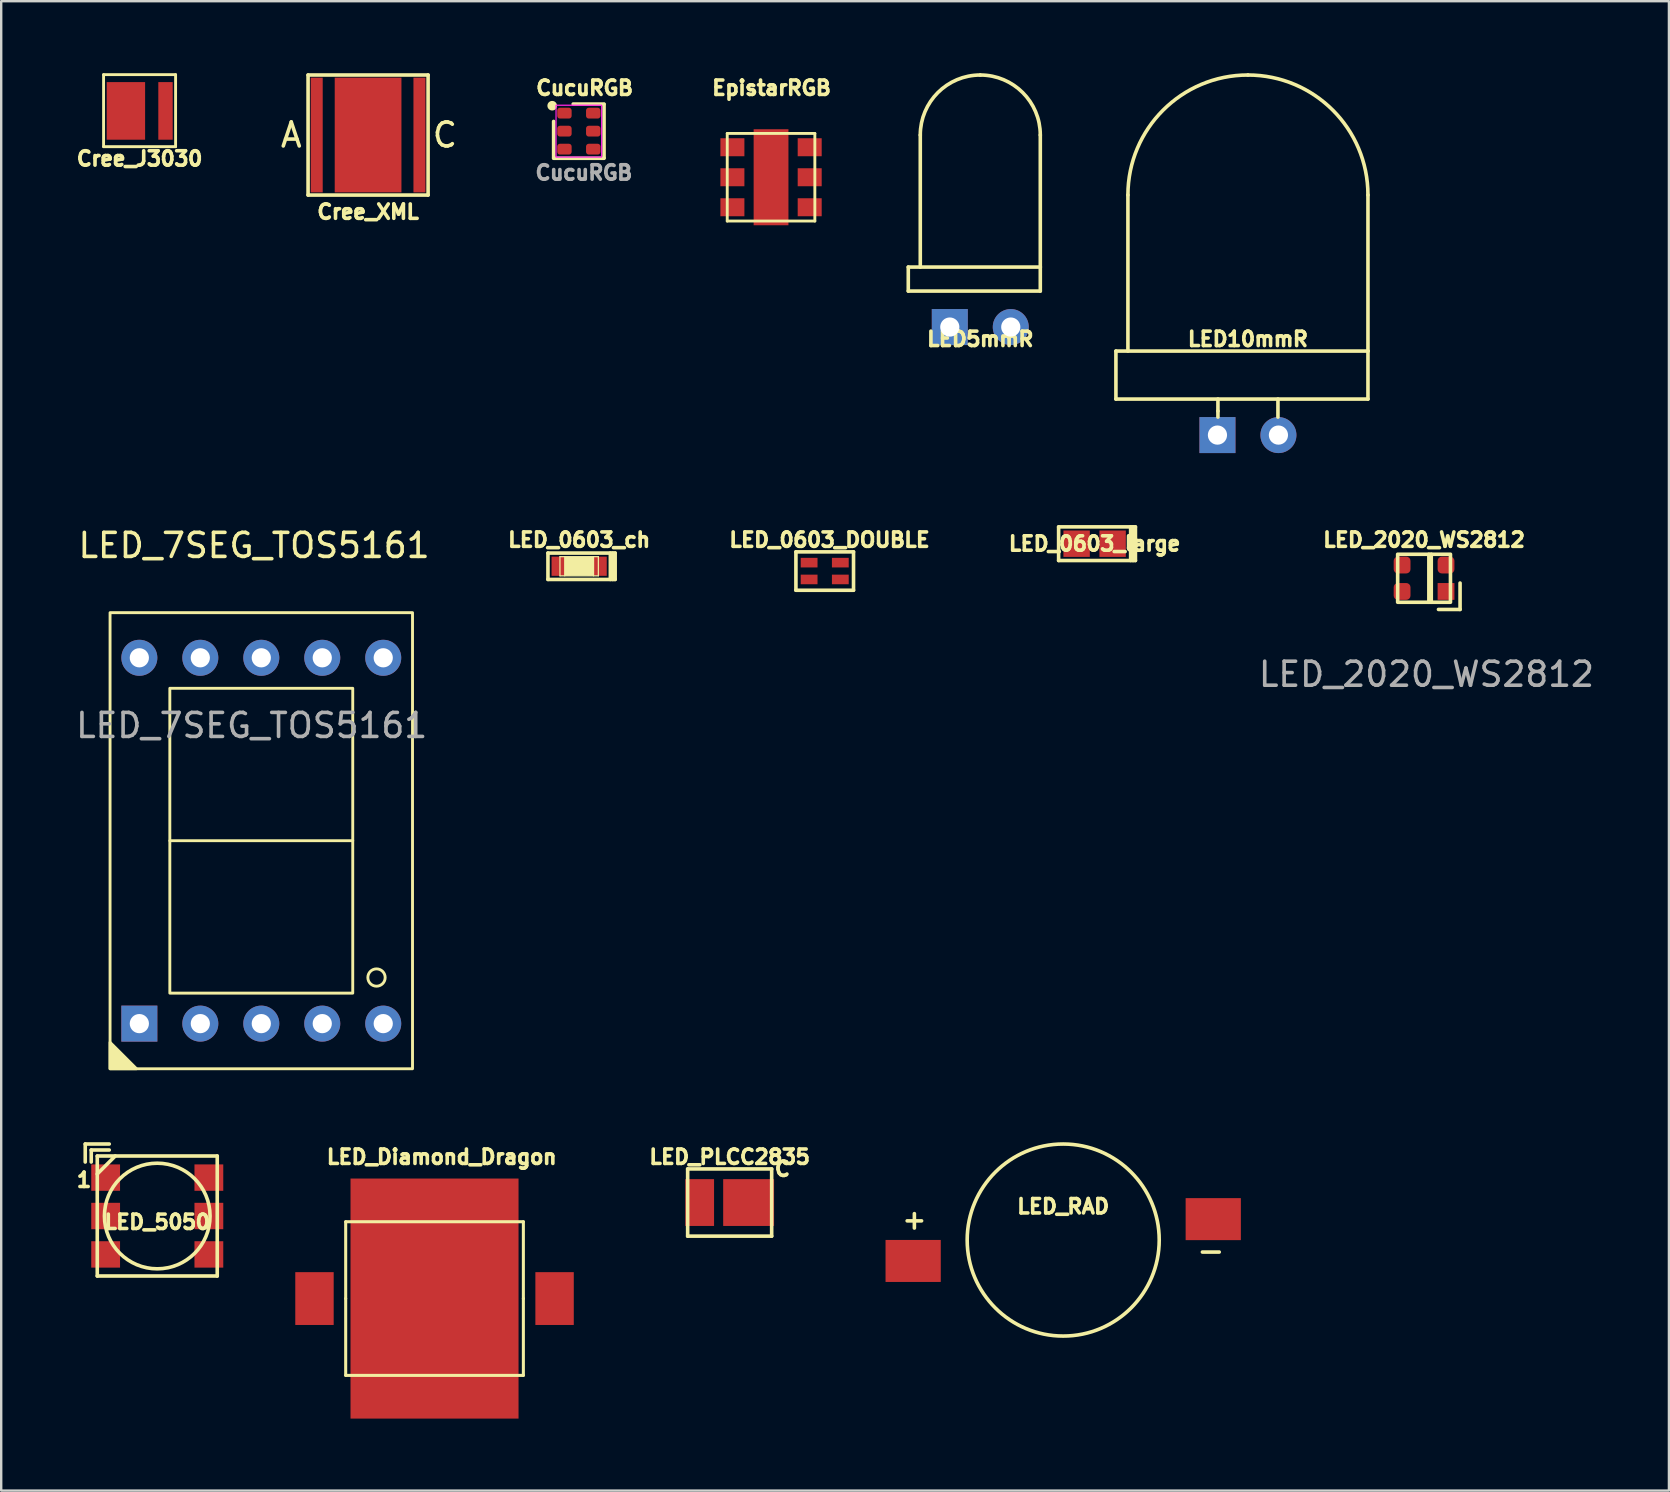
<source format=kicad_pcb>
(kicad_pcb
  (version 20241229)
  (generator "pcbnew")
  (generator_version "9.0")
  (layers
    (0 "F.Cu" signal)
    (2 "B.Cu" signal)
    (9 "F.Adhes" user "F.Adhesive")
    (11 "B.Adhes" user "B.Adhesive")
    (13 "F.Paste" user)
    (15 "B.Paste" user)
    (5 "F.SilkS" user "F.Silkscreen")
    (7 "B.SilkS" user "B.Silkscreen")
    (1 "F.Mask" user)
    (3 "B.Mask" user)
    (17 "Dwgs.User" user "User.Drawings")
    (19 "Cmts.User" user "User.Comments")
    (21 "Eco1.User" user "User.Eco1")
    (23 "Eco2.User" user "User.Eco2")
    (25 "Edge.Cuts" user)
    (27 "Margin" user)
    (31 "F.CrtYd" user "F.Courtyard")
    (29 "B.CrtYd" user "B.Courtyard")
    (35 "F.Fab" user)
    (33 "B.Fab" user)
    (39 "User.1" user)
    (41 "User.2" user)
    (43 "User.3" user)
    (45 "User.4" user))
  (footprint "LED_2020_WS2812"
    (layer "F.Cu")
    (at 56.275 21.039)
    (property "Reference" "LED_2020_WS2812" (at 0 -1.6 0) (unlocked yes) (layer "F.SilkS") (effects (font (size 0.6 0.6) (thickness 0.15))))
    (attr smd)
    (fp_line (start 0.2 -1) (end 0.2 1) (stroke (width 0.15) (type solid)) (layer "F.SilkS"))
    (fp_line (start 0.3 -1) (end 0.3 1) (stroke (width 0.15) (type solid)) (layer "F.SilkS"))
    (fp_line (start 1.5 0.2) (end 1.5 1.3) (stroke (width 0.15) (type solid)) (layer "F.SilkS"))
    (fp_line (start 1.5 1.3) (end 0.6 1.3) (stroke (width 0.15) (type solid)) (layer "F.SilkS"))
    (fp_rect (start -1.1 -1) (end 1.1 1) (stroke (width 0.15) (type solid)) (fill no) (layer "F.SilkS"))
    (fp_text user "${REFERENCE}" (at 0.1 4 0) (unlocked yes) (layer "F.Fab") (effects (font (size 1 1) (thickness 0.15))))
    (pad "1" smd rect (at 0.915 0.55) (size 0.7 0.7) (layers "F.Cu" "F.Mask" "F.Paste"))
    (pad "2" smd roundrect (at 0.915 -0.55) (size 0.7 0.7) (layers "F.Cu" "F.Mask" "F.Paste") (roundrect_rratio 0.25))
    (pad "3" smd roundrect (at -0.915 -0.55) (size 0.7 0.7) (layers "F.Cu" "F.Mask" "F.Paste") (roundrect_rratio 0.25))
    (pad "4" smd roundrect (at -0.915 0.55) (size 0.7 0.7) (layers "F.Cu" "F.Mask" "F.Paste") (roundrect_rratio 0.25)))
  (footprint "LED10mmR"
    (layer "F.Cu")
    (at 48.938 15.075)
    (property "Reference" "LED10mmR" (at 0 -4 0) (layer "F.SilkS") (effects (font (size 0.6 0.6) (thickness 0.15))))
    (attr through_hole)
    (fp_line (start -5.5 -3.5) (end -5.5 -1.5) (stroke (width 0.15) (type solid)) (layer "F.SilkS"))
    (fp_line (start -5.5 -1.5) (end 5 -1.5) (stroke (width 0.15) (type solid)) (layer "F.SilkS"))
    (fp_line (start -5 -3.5) (end -5 -10) (stroke (width 0.15) (type solid)) (layer "F.SilkS"))
    (fp_line (start -1.25 -1.5) (end -1.25 -1) (stroke (width 0.15) (type solid)) (layer "F.SilkS"))
    (fp_line (start -1.25 -1) (end -1.25 -0.75) (stroke (width 0.15) (type solid)) (layer "F.SilkS"))
    (fp_line (start 1.25 -1.5) (end 1.25 -0.75) (stroke (width 0.15) (type solid)) (layer "F.SilkS"))
    (fp_line (start 5 -3.5) (end -5.5 -3.5) (stroke (width 0.15) (type solid)) (layer "F.SilkS"))
    (fp_line (start 5 -3.5) (end 5 -10) (stroke (width 0.15) (type solid)) (layer "F.SilkS"))
    (fp_line (start 5 -1.5) (end 5 -3.5) (stroke (width 0.15) (type solid)) (layer "F.SilkS"))
    (fp_arc (start -5 -10) (mid -3.535534 -13.535534) (end 0 -15) (stroke (width 0.15) (type solid)) (layer "F.SilkS"))
    (fp_arc (start 0 -15) (mid 3.535534 -13.535534) (end 5 -10) (stroke (width 0.15) (type solid)) (layer "F.SilkS"))
    (pad "A" thru_hole rect (at -1.27 0) (size 1.5 1.5) (drill 0.8) (layers "*.Cu" "*.Mask"))
    (pad "C" thru_hole circle (at 1.27 0) (size 1.5 1.5) (drill 0.8) (layers "*.Cu" "*.Mask")))
  (footprint "LED_7SEG_TOS5161"
    (layer "F.Cu")
    (at 7.835 31.973)
    (property "Reference" "LED_7SEG_TOS5161" (at -0.3 -12.3 0) (unlocked yes) (layer "F.SilkS") (effects (font (size 1 1) (thickness 0.15))))
    (attr through_hole)
    (fp_line (start -3.81 0) (end 3.81 0) (stroke (width 0.12) (type solid)) (layer "F.SilkS"))
    (fp_rect (start -6.3 -9.5) (end 6.3 9.5) (stroke (width 0.12) (type solid)) (fill no) (layer "F.SilkS"))
    (fp_rect (start -3.81 -6.35) (end 3.81 6.35) (stroke (width 0.12) (type solid)) (fill no) (layer "F.SilkS"))
    (fp_circle (center 4.8 5.7) (end 5.1 5.9) (stroke (width 0.12) (type solid)) (fill no) (layer "F.SilkS"))
    (fp_poly (pts (xy -5.2 9.5) (xy -6.3 9.5) (xy -6.3 8.4)) (stroke (width 0.12) (type solid)) (fill yes) (layer "F.SilkS"))
    (fp_text user "${REFERENCE}" (at -0.4 -4.8 0) (unlocked yes) (layer "F.Fab") (effects (font (size 1 1) (thickness 0.15))))
    (pad "1" thru_hole rect (at -5.08 7.62) (size 1.5 1.5) (drill 0.8) (layers "*.Cu" "*.Mask"))
    (pad "2" thru_hole circle (at -2.54 7.62) (size 1.5 1.5) (drill 0.8) (layers "*.Cu" "*.Mask"))
    (pad "3" thru_hole circle (at 0 7.62) (size 1.5 1.5) (drill 0.8) (layers "*.Cu" "*.Mask"))
    (pad "4" thru_hole circle (at 2.54 7.62) (size 1.5 1.5) (drill 0.8) (layers "*.Cu" "*.Mask"))
    (pad "5" thru_hole circle (at 5.08 7.62) (size 1.5 1.5) (drill 0.8) (layers "*.Cu" "*.Mask"))
    (pad "6" thru_hole circle (at 5.08 -7.62) (size 1.5 1.5) (drill 0.8) (layers "*.Cu" "*.Mask"))
    (pad "7" thru_hole circle (at 2.54 -7.62) (size 1.5 1.5) (drill 0.8) (layers "*.Cu" "*.Mask"))
    (pad "8" thru_hole circle (at 0 -7.62) (size 1.5 1.5) (drill 0.8) (layers "*.Cu" "*.Mask"))
    (pad "9" thru_hole circle (at -2.54 -7.62) (size 1.5 1.5) (drill 0.8) (layers "*.Cu" "*.Mask"))
    (pad "10" thru_hole circle (at -5.08 -7.62) (size 1.5 1.5) (drill 0.8) (layers "*.Cu" "*.Mask")))
  (footprint "LED_Diamond_Dragon"
    (layer "F.Cu")
    (at 15.052 51.047)
    (property "Reference" "LED_Diamond_Dragon" (at 0.3 -5.9 0) (layer "F.SilkS") (effects (font (size 0.6 0.6) (thickness 0.15))))
    (attr through_hole)
    (fp_line (start -3.701 -3.2) (end 3.701 -3.2) (stroke (width 0.127) (type solid)) (layer "F.SilkS"))
    (fp_line (start -3.701 0) (end -3.701 -3.2) (stroke (width 0.127) (type solid)) (layer "F.SilkS"))
    (fp_line (start -3.701 3.2) (end -3.701 0) (stroke (width 0.127) (type solid)) (layer "F.SilkS"))
    (fp_line (start 3.701 -3.2) (end 3.701 0) (stroke (width 0.127) (type solid)) (layer "F.SilkS"))
    (fp_line (start 3.701 0) (end 3.701 3.2) (stroke (width 0.127) (type solid)) (layer "F.SilkS"))
    (fp_line (start 3.701 3.2) (end -3.701 3.2) (stroke (width 0.127) (type solid)) (layer "F.SilkS"))
    (pad "A" smd rect (at 5.001 0) (size 1.6 2.2) (layers "F.Cu" "F.Mask" "F.Paste"))
    (pad "C" smd rect (at -5.001 0) (size 1.6 2.2) (layers "F.Cu" "F.Mask" "F.Paste"))
    (pad "H" smd rect (at 0 0) (size 7 10) (layers "F.Cu" "F.Mask" "F.Paste")))
  (footprint "LED_5050"
    (layer "F.Cu")
    (at 3.501 47.608)
    (property "Reference" "LED_5050" (at 0 0.25 0) (layer "F.SilkS") (effects (font (size 0.599 0.599) (thickness 0.15))))
    (attr through_hole)
    (fp_line (start -3 -3) (end -3 -2.25) (stroke (width 0.15) (type solid)) (layer "F.SilkS"))
    (fp_line (start -2.75 -2.75) (end -2 -2.75) (stroke (width 0.15) (type solid)) (layer "F.SilkS"))
    (fp_line (start -2.75 -2.25) (end -2.75 -2.75) (stroke (width 0.15) (type solid)) (layer "F.SilkS"))
    (fp_line (start -2.499 -2.499) (end 2.499 -2.499) (stroke (width 0.15) (type solid)) (layer "F.SilkS"))
    (fp_line (start -2.499 2.499) (end -2.499 -2.499) (stroke (width 0.15) (type solid)) (layer "F.SilkS"))
    (fp_line (start -2 -3) (end -3 -3) (stroke (width 0.15) (type solid)) (layer "F.SilkS"))
    (fp_line (start -1.75 -2.5) (end -2.5 -1.75) (stroke (width 0.15) (type solid)) (layer "F.SilkS"))
    (fp_line (start 2.499 -2.499) (end 2.499 2.499) (stroke (width 0.15) (type solid)) (layer "F.SilkS"))
    (fp_line (start 2.499 2.499) (end -2.499 2.499) (stroke (width 0.15) (type solid)) (layer "F.SilkS"))
    (fp_circle (center 0 0) (end 0 2.2) (stroke (width 0.15) (type solid)) (fill no) (layer "F.SilkS"))
    (fp_text user "1" (at -3.05 -1.5 0) (layer "F.SilkS") (effects (font (size 0.6 0.6) (thickness 0.15))))
    (pad "1" smd rect (at -2.15 -1.6) (size 1.2 1.1) (layers "F.Cu" "F.Mask" "F.Paste"))
    (pad "2" smd rect (at -2.15 0) (size 1.2 1.1) (layers "F.Cu" "F.Mask" "F.Paste"))
    (pad "3" smd rect (at -2.15 1.6) (size 1.2 1.1) (layers "F.Cu" "F.Mask" "F.Paste"))
    (pad "4" smd rect (at 2.15 1.6) (size 1.2 1.1) (layers "F.Cu" "F.Mask" "F.Paste"))
    (pad "5" smd rect (at 2.15 0) (size 1.2 1.1) (layers "F.Cu" "F.Mask" "F.Paste"))
    (pad "6" smd rect (at 2.15 -1.6) (size 1.2 1.1) (layers "F.Cu" "F.Mask" "F.Paste")))
  (footprint "LED_PLCC2835"
    (layer "F.Cu")
    (at 27.347 47.047)
    (property "Reference" "LED_PLCC2835" (at 0 -1.9 0) (layer "F.SilkS") (effects (font (size 0.6 0.6) (thickness 0.15))))
    (attr through_hole)
    (fp_line (start -1.75 -1.4) (end 1.75 -1.4) (stroke (width 0.15) (type solid)) (layer "F.SilkS"))
    (fp_line (start -1.75 1.4) (end -1.75 -1.4) (stroke (width 0.15) (type solid)) (layer "F.SilkS"))
    (fp_line (start 1.75 -1.4) (end 1.75 1.4) (stroke (width 0.15) (type solid)) (layer "F.SilkS"))
    (fp_line (start 1.75 1.4) (end -1.75 1.4) (stroke (width 0.15) (type solid)) (layer "F.SilkS"))
    (fp_text user "C" (at 2.2 -1.4 0) (layer "F.SilkS") (effects (font (size 0.6 0.6) (thickness 0.15))))
    (pad "A" smd rect (at -1.25 0) (size 1.2 1.95) (layers "F.Cu" "F.Mask" "F.Paste"))
    (pad "C" smd rect (at 0.79 0) (size 2.12 1.95) (layers "F.Cu" "F.Mask" "F.Paste")))
  (footprint "LED_RAD"
    (layer "F.Cu")
    (at 41.242 48.609)
    (property "Reference" "LED_RAD" (at 0 -1.4 0) (layer "F.SilkS") (effects (font (size 0.6 0.6) (thickness 0.15))))
    (attr through_hole)
    (fp_line (start -6.5 -0.8) (end -5.9 -0.8) (stroke (width 0.15) (type solid)) (layer "F.SilkS"))
    (fp_line (start -6.2 -1.1) (end -6.2 -0.5) (stroke (width 0.15) (type solid)) (layer "F.SilkS"))
    (fp_line (start 5.799 0.5) (end 6.5 0.5) (stroke (width 0.15) (type solid)) (layer "F.SilkS"))
    (fp_circle (center 0 0) (end 0 4) (stroke (width 0.15) (type solid)) (fill no) (layer "F.SilkS"))
    (pad "A" smd rect (at -6.251 0.871) (size 2.301 1.75) (layers "F.Cu" "F.Mask" "F.Paste"))
    (pad "C" smd rect (at 6.251 -0.871) (size 2.301 1.75) (layers "F.Cu" "F.Mask" "F.Paste")))
  (footprint "CucuRGB"
    (layer "F.Cu")
    (at 21.064 2.414)
    (property "Reference" "CucuRGB" (at 0.24 -1.8 0) (unlocked yes) (layer "F.SilkS") (effects (font (size 0.6 0.6) (thickness 0.15))))
    (attr smd)
    (fp_line (start -1.05 -0.405) (end -1.05 1.11) (stroke (width 0.15) (type default)) (layer "F.SilkS"))
    (fp_line (start -1.05 1.13) (end 1.05 1.13) (stroke (width 0.15) (type default)) (layer "F.SilkS"))
    (fp_line (start -0.235 -1.13) (end 1.05 -1.13) (stroke (width 0.15) (type default)) (layer "F.SilkS"))
    (fp_line (start 1.05 -1.11) (end 1.05 1.11) (stroke (width 0.15) (type default)) (layer "F.SilkS"))
    (fp_circle (center -1.11 -1.06) (end -0.97 -1.06) (stroke (width 0.12) (type solid)) (fill yes) (layer "F.SilkS"))
    (fp_rect (start -0.95 -1.08) (end 0.95 1.08) (stroke (width 0.05) (type default)) (fill no) (layer "F.CrtYd"))
    (fp_text user "${REFERENCE}" (at 0.21 1.73 0) (unlocked yes) (layer "F.Fab") (effects (font (size 0.6 0.6) (thickness 0.15))))
    (pad "1" smd roundrect (at -0.6 -0.75) (size 0.6 0.45) (layers "F.Cu" "F.Mask" "F.Paste") (roundrect_rratio 0.25))
    (pad "2" smd roundrect (at -0.6 0) (size 0.6 0.45) (layers "F.Cu" "F.Mask" "F.Paste") (roundrect_rratio 0.25))
    (pad "3" smd roundrect (at -0.6 0.75) (size 0.6 0.45) (layers "F.Cu" "F.Mask" "F.Paste") (roundrect_rratio 0.25))
    (pad "4" smd roundrect (at 0.6 -0.75) (size 0.6 0.45) (layers "F.Cu" "F.Mask" "F.Paste") (roundrect_rratio 0.25))
    (pad "5" smd roundrect (at 0.6 0) (size 0.6 0.45) (layers "F.Cu" "F.Mask" "F.Paste") (roundrect_rratio 0.25))
    (pad "6" smd roundrect (at 0.6 0.75) (size 0.6 0.45) (layers "F.Cu" "F.Mask" "F.Paste") (roundrect_rratio 0.25)))
  (footprint "LED_0603_large"
    (layer "F.Cu")
    (at 42.551 19.6)
    (property "Reference" "LED_0603_large" (at 0 0 0) (layer "F.SilkS") (effects (font (size 0.6 0.6) (thickness 0.15))))
    (attr smd)
    (fp_line (start -1.5 -0.7) (end 1.7 -0.7) (stroke (width 0.15) (type solid)) (layer "F.SilkS"))
    (fp_line (start -1.5 0.7) (end -1.5 -0.7) (stroke (width 0.15) (type solid)) (layer "F.SilkS"))
    (fp_line (start 1.5 -0.7) (end 1.5 0.7) (stroke (width 0.15) (type solid)) (layer "F.SilkS"))
    (fp_line (start 1.6 -0.7) (end 1.6 0.7) (stroke (width 0.15) (type solid)) (layer "F.SilkS"))
    (fp_line (start 1.7 0.7) (end -1.5 0.7) (stroke (width 0.15) (type solid)) (layer "F.SilkS"))
    (fp_line (start 1.7 0.7) (end 1.7 -0.7) (stroke (width 0.15) (type solid)) (layer "F.SilkS"))
    (pad "A" smd rect (at -0.75 0) (size 1.1 1.1) (layers "F.Cu" "F.Mask" "F.Paste"))
    (pad "C" smd rect (at 0.75 0) (size 1.1 1.1) (layers "F.Cu" "F.Mask" "F.Paste")))
  (footprint "LED_0603_ch"
    (layer "F.Cu")
    (at 21.077 20.539)
    (property "Reference" "LED_0603_ch" (at 0 -1.1 0) (layer "F.SilkS") (effects (font (size 0.6 0.6) (thickness 0.15))))
    (attr smd)
    (fp_line (start -1.3 -0.55) (end 1.5 -0.55) (stroke (width 0.15) (type solid)) (layer "F.SilkS"))
    (fp_line (start -1.3 0.55) (end -1.3 -0.55) (stroke (width 0.15) (type solid)) (layer "F.SilkS"))
    (fp_line (start -0.8 -0.4) (end -0.6 -0.4) (stroke (width 0.05) (type solid)) (layer "F.SilkS"))
    (fp_line (start -0.8 0.4) (end -0.8 -0.4) (stroke (width 0.05) (type solid)) (layer "F.SilkS"))
    (fp_line (start -0.6 0.4) (end -0.8 0.4) (stroke (width 0.05) (type solid)) (layer "F.SilkS"))
    (fp_line (start 0.6 -0.4) (end 0.8 -0.4) (stroke (width 0.05) (type solid)) (layer "F.SilkS"))
    (fp_line (start 0.8 -0.4) (end 0.8 0.4) (stroke (width 0.05) (type solid)) (layer "F.SilkS"))
    (fp_line (start 0.8 0.4) (end 0.6 0.4) (stroke (width 0.05) (type solid)) (layer "F.SilkS"))
    (fp_line (start 1.3 -0.55) (end 1.3 0.55) (stroke (width 0.15) (type solid)) (layer "F.SilkS"))
    (fp_line (start 1.4 -0.55) (end 1.4 0.55) (stroke (width 0.15) (type solid)) (layer "F.SilkS"))
    (fp_line (start 1.5 0.55) (end -1.3 0.55) (stroke (width 0.15) (type solid)) (layer "F.SilkS"))
    (fp_line (start 1.5 0.55) (end 1.5 -0.55) (stroke (width 0.15) (type solid)) (layer "F.SilkS"))
    (fp_poly (pts (xy -0.6 -0.4) (xy 0.6 -0.4) (xy 0.6 0.4) (xy -0.6 0.4)) (stroke (width 0.05) (type solid)) (fill yes) (layer "F.SilkS"))
    (pad "A" smd rect (at -0.75 0) (size 0.8 0.8) (layers "F.Cu" "F.Mask" "F.Paste"))
    (pad "C" smd rect (at 0.75 0) (size 0.8 0.8) (layers "F.Cu" "F.Mask" "F.Paste")))
  (footprint "Cree_J3030"
    (layer "F.Cu")
    (at 2.765 1.56)
    (property "Reference" "Cree_J3030" (at 0 2 0) (layer "F.SilkS") (effects (font (size 0.6 0.6) (thickness 0.15))))
    (attr through_hole)
    (fp_line (start -1.5 -1.5) (end 1.5 -1.5) (stroke (width 0.12) (type solid)) (layer "F.SilkS"))
    (fp_line (start -1.5 1.5) (end -1.5 -1.5) (stroke (width 0.12) (type solid)) (layer "F.SilkS"))
    (fp_line (start 1.5 -1.5) (end 1.5 1.5) (stroke (width 0.12) (type solid)) (layer "F.SilkS"))
    (fp_line (start 1.5 1.5) (end -1.5 1.5) (stroke (width 0.12) (type solid)) (layer "F.SilkS"))
    (pad "A" smd rect (at 1.08 0.01) (size 0.6 2.4) (layers "F.Cu" "F.Mask" "F.Paste"))
    (pad "C" smd rect (at -0.57 0.01) (size 1.6 2.4) (layers "F.Cu" "F.Mask" "F.Paste")))
  (footprint "LED_0603_DOUBLE"
    (layer "F.Cu")
    (at 31.307 20.739)
    (property "Reference" "LED_0603_DOUBLE" (at 0.2 -1.3 0) (layer "F.SilkS") (effects (font (size 0.6 0.6) (thickness 0.15))))
    (attr through_hole)
    (fp_line (start -1.2 -0.8) (end 1.2 -0.8) (stroke (width 0.15) (type solid)) (layer "F.SilkS"))
    (fp_line (start -1.2 0.8) (end -1.2 -0.8) (stroke (width 0.15) (type solid)) (layer "F.SilkS"))
    (fp_line (start 1.2 -0.8) (end 1.2 0.8) (stroke (width 0.15) (type solid)) (layer "F.SilkS"))
    (fp_line (start 1.2 0.8) (end -1.2 0.8) (stroke (width 0.15) (type solid)) (layer "F.SilkS"))
    (pad "1" smd rect (at -0.65 -0.35 180) (size 0.7 0.4) (layers "F.Cu" "F.Mask" "F.Paste"))
    (pad "2" smd rect (at -0.65 0.35 180) (size 0.7 0.4) (layers "F.Cu" "F.Mask" "F.Paste"))
    (pad "3" smd rect (at 0.65 -0.35 180) (size 0.7 0.4) (layers "F.Cu" "F.Mask" "F.Paste"))
    (pad "4" smd rect (at 0.65 0.35 180) (size 0.7 0.4) (layers "F.Cu" "F.Mask" "F.Paste")))
  (footprint "EpistarRGB"
    (layer "F.Cu")
    (at 29.071 4.334)
    (property "Reference" "EpistarRGB" (at 0.02 -3.72 0) (layer "F.SilkS") (effects (font (size 0.6 0.6) (thickness 0.15))))
    (attr through_hole)
    (fp_line (start -1.825 -1.825) (end 1.825 -1.825) (stroke (width 0.12) (type solid)) (layer "F.SilkS"))
    (fp_line (start -1.825 1.825) (end -1.825 -1.825) (stroke (width 0.12) (type solid)) (layer "F.SilkS"))
    (fp_line (start 1.825 -1.825) (end 1.825 1.825) (stroke (width 0.12) (type solid)) (layer "F.SilkS"))
    (fp_line (start 1.825 1.825) (end -1.825 1.825) (stroke (width 0.12) (type solid)) (layer "F.SilkS"))
    (pad "1" smd rect (at -1.61 -1.25) (size 1 0.75) (layers "F.Cu" "F.Mask" "F.Paste"))
    (pad "2" smd rect (at -1.61 0) (size 1 0.75) (layers "F.Cu" "F.Mask" "F.Paste"))
    (pad "3" smd rect (at -1.61 1.25) (size 1 0.75) (layers "F.Cu" "F.Mask" "F.Paste"))
    (pad "4" smd rect (at 1.61 1.25) (size 1 0.75) (layers "F.Cu" "F.Mask" "F.Paste"))
    (pad "5" smd rect (at 1.61 0) (size 1 0.75) (layers "F.Cu" "F.Mask" "F.Paste"))
    (pad "6" smd rect (at 1.61 -1.25) (size 1 0.75) (layers "F.Cu" "F.Mask" "F.Paste"))
    (pad "PAD" smd rect (at 0 0) (size 1.45 4) (layers "F.Cu" "F.Mask" "F.Paste")))
  (footprint "Cree_XML"
    (layer "F.Cu")
    (at 12.284 2.575)
    (property "Reference" "Cree_XML" (at 0 3.2 0) (layer "F.SilkS") (effects (font (size 0.6 0.6) (thickness 0.15))))
    (attr through_hole)
    (fp_line (start -2.5 -2.5) (end 2.5 -2.5) (stroke (width 0.15) (type solid)) (layer "F.SilkS"))
    (fp_line (start -2.5 2.5) (end -2.5 -2.5) (stroke (width 0.15) (type solid)) (layer "F.SilkS"))
    (fp_line (start 2.5 -2.5) (end 2.5 2.5) (stroke (width 0.15) (type solid)) (layer "F.SilkS"))
    (fp_line (start 2.5 2.5) (end -2.5 2.5) (stroke (width 0.15) (type solid)) (layer "F.SilkS"))
    (fp_text user "C" (at 3.2 0 0) (layer "F.SilkS") (effects (font (size 1 1) (thickness 0.15))))
    (fp_text user "A" (at -3.2 0 0) (layer "F.SilkS") (effects (font (size 1 1) (thickness 0.15))))
    (pad "A" smd rect (at -2.14 0) (size 0.5 4.78) (layers "F.Cu" "F.Mask" "F.Paste"))
    (pad "C" smd rect (at 2.14 0) (size 0.5 4.78) (layers "F.Cu" "F.Mask" "F.Paste"))
    (pad "PAD" smd rect (at 0 0) (size 2.78 4.78) (layers "F.Cu" "F.Mask" "F.Paste")))
  (footprint "LED5mmR"
    (layer "F.Cu")
    (at 37.788 10.575)
    (property "Reference" "LED5mmR" (at 0 0.5 0) (layer "F.SilkS") (effects (font (size 0.6 0.6) (thickness 0.15))))
    (attr through_hole)
    (fp_line (start -3 -2.5) (end -3 -1.5) (stroke (width 0.15) (type solid)) (layer "F.SilkS"))
    (fp_line (start -3 -1.5) (end 2.5 -1.5) (stroke (width 0.15) (type solid)) (layer "F.SilkS"))
    (fp_line (start -2.5 -2.5) (end -2.5 -8) (stroke (width 0.15) (type solid)) (layer "F.SilkS"))
    (fp_line (start 2.5 -2.5) (end -3 -2.5) (stroke (width 0.15) (type solid)) (layer "F.SilkS"))
    (fp_line (start 2.5 -2.5) (end 2.5 -8) (stroke (width 0.15) (type solid)) (layer "F.SilkS"))
    (fp_line (start 2.5 -1.5) (end 2.5 -2.5) (stroke (width 0.15) (type solid)) (layer "F.SilkS"))
    (fp_arc (start -2.5 -8) (mid -1.767767 -9.767767) (end 0 -10.5) (stroke (width 0.15) (type solid)) (layer "F.SilkS"))
    (fp_arc (start 0 -10.5) (mid 1.767767 -9.767767) (end 2.5 -8) (stroke (width 0.15) (type solid)) (layer "F.SilkS"))
    (pad "A" thru_hole rect (at -1.27 0) (size 1.5 1.5) (drill 0.8) (layers "*.Cu" "*.Mask"))
    (pad "C" thru_hole circle (at 1.27 0) (size 1.5 1.5) (drill 0.8) (layers "*.Cu" "*.Mask")))
  (gr_rect
    (start -3 -3)
    (end 66.476 59.047)
    (stroke (width 0.1) (type default))
    (fill no)
    (layer "Edge.Cuts")))
</source>
